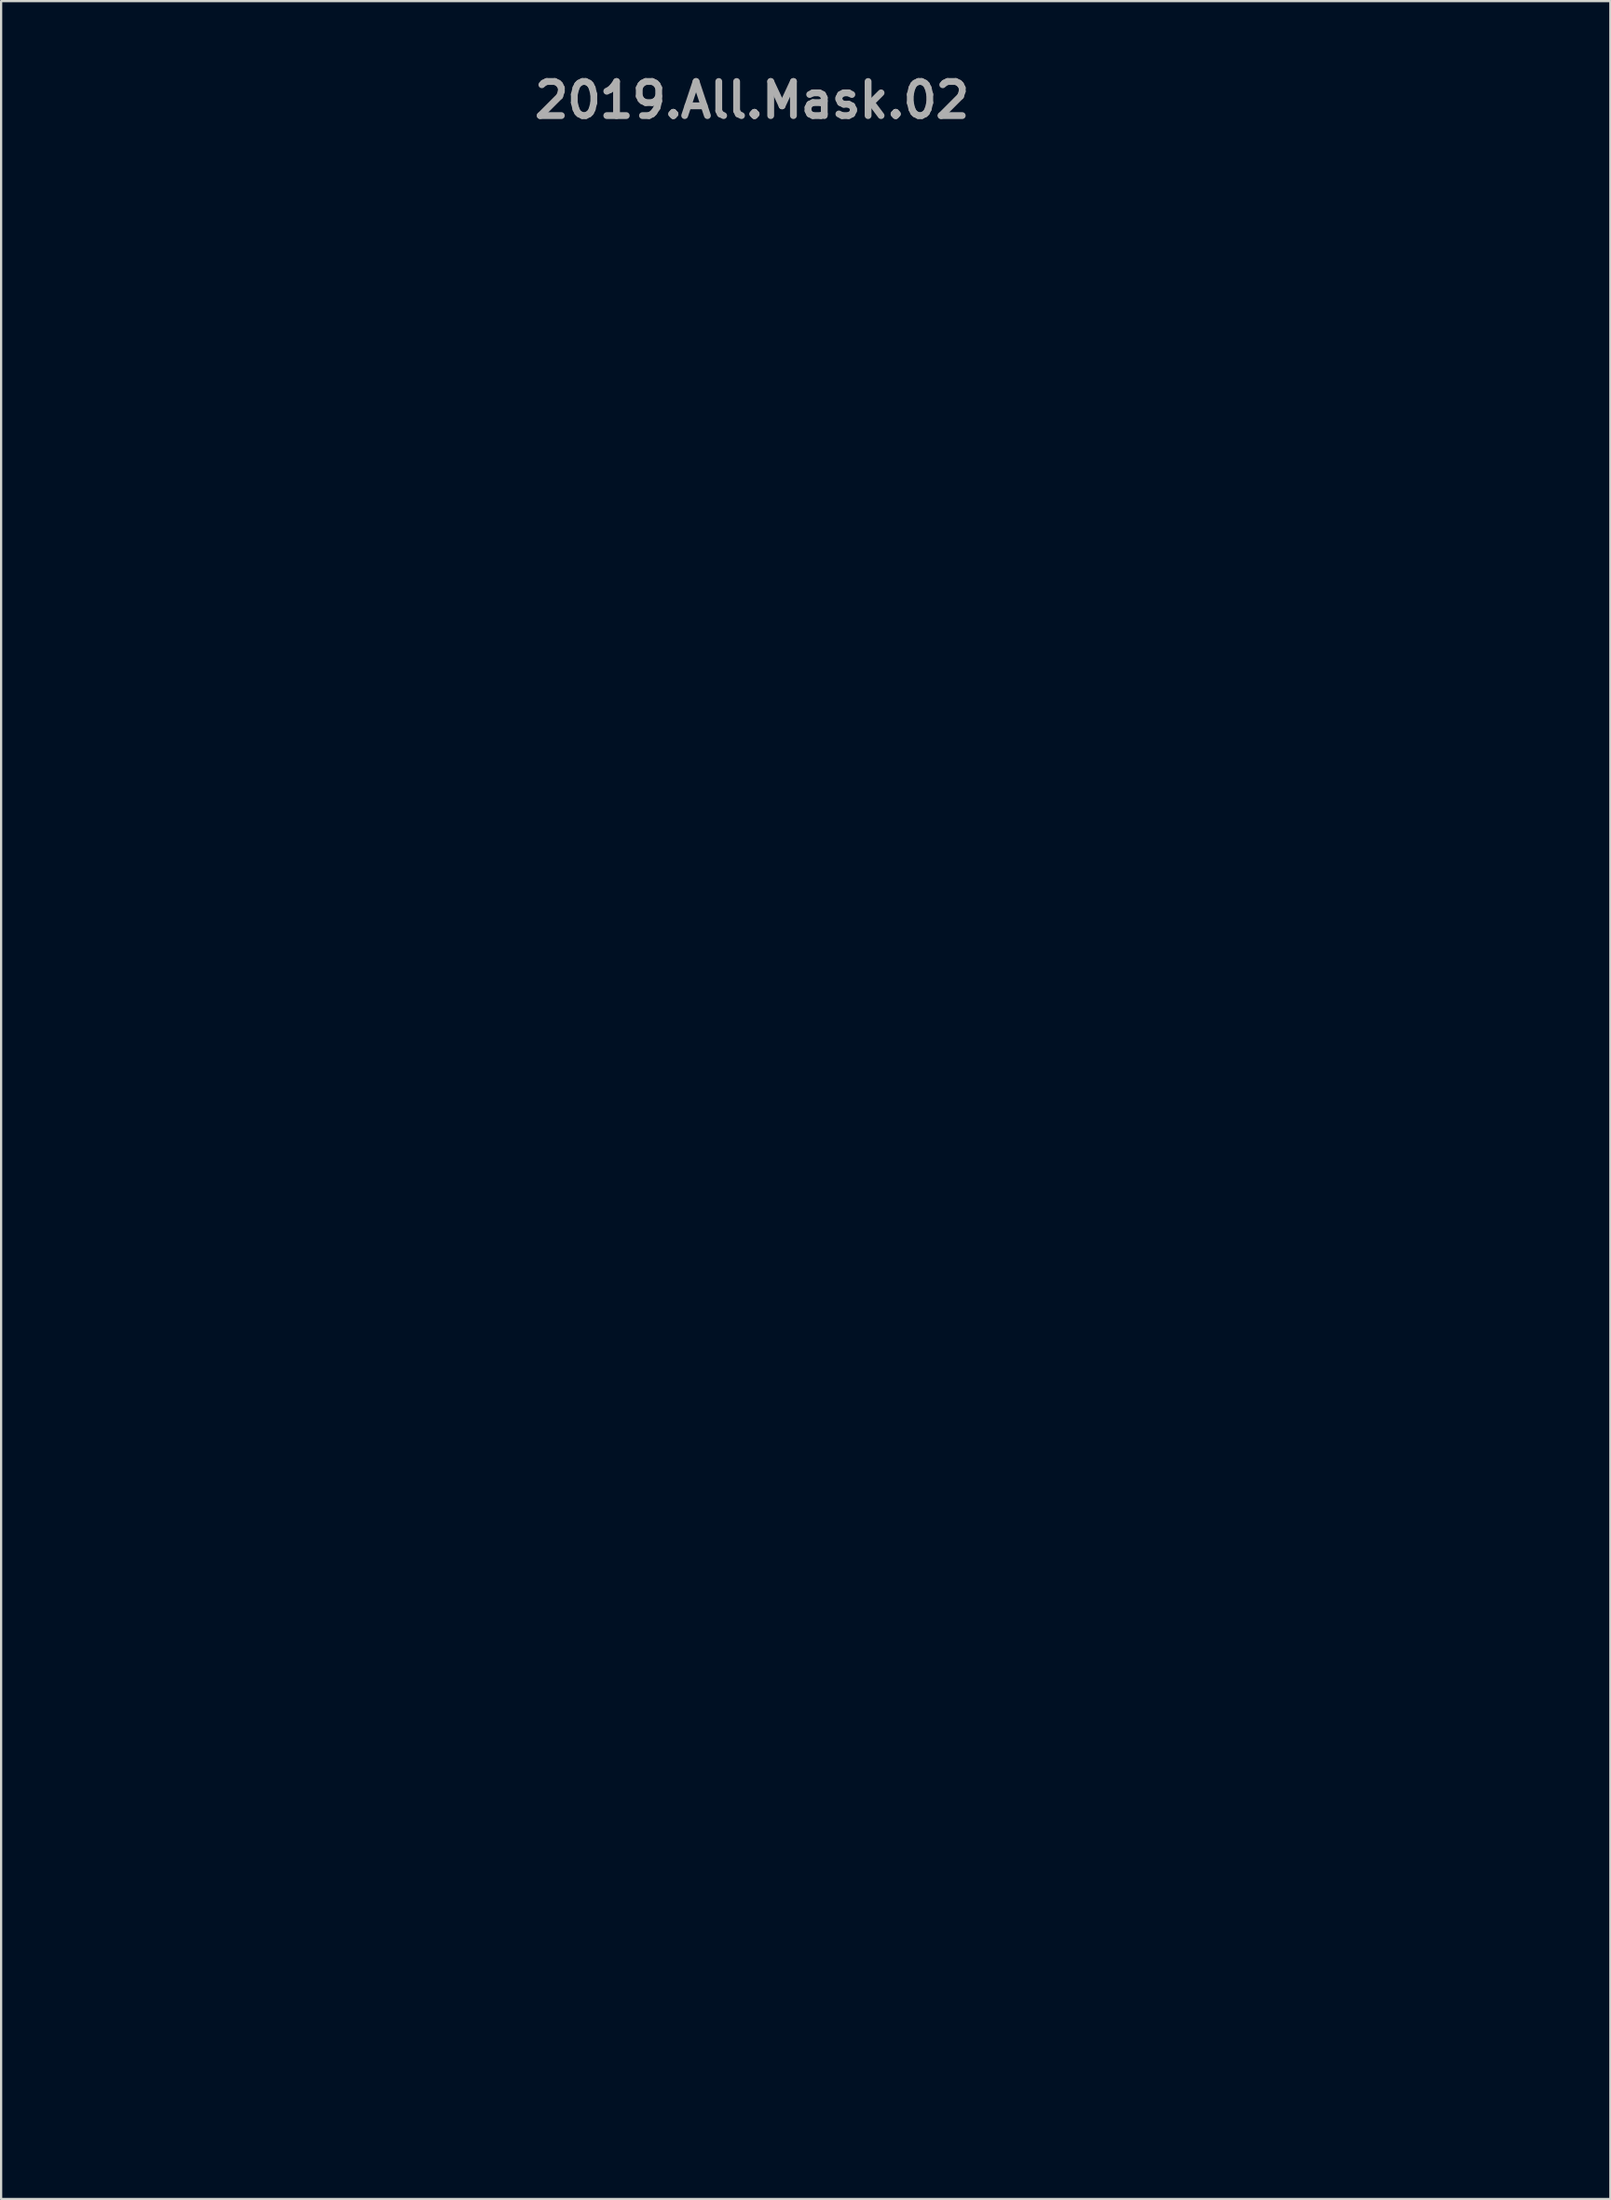
<source format=kicad_pcb>
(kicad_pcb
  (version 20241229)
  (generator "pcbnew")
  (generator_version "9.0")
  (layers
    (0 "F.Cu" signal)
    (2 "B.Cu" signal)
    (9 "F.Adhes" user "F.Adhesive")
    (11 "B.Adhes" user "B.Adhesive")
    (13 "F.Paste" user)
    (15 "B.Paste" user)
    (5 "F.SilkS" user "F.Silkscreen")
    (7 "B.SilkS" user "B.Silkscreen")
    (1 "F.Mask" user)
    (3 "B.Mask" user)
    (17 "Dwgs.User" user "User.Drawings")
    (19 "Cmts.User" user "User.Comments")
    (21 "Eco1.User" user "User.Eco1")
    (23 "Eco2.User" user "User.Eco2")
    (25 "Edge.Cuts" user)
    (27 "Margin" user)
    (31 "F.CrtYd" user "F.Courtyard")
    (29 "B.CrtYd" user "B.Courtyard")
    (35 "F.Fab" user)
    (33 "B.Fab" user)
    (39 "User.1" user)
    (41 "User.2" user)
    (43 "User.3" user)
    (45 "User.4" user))
  (footprint "2019.All.Mask.02"
    (layer "F.Cu")
    (at 30.577 48.353)
    (property "Reference" "2019.All.Mask.02" (at 0 -46.926 0) (layer "F.Fab") (effects (font (size 1.524 1.524) (thickness 0.305))))
    (attr smd)
    (fp_poly (pts (xy -18.902 -39.143) (xy -18.903 -39.69) (xy -18.907 -40.116) (xy -18.917 -40.437) (xy -18.933 -40.673) (xy -18.957 -40.841) (xy -18.993 -40.958) (xy -19.04 -41.043) (xy -19.102 -41.113) (xy -19.174 -41.176) (xy -19.264 -41.224) (xy -19.397 -41.259) (xy -19.593 -41.283) (xy -19.876 -41.299) (xy -20.269 -41.308) (xy -20.794 -41.312) (xy -21.474 -41.313) (xy -22.088 -41.312) (xy -22.584 -41.307) (xy -22.977 -41.298) (xy -23.279 -41.284) (xy -23.506 -41.263) (xy -23.671 -41.236) (xy -23.787 -41.201) (xy -23.869 -41.158) (xy -23.94 -41.102) (xy -23.994 -41.034) (xy -24.034 -40.933) (xy -24.061 -40.777) (xy -24.077 -40.545) (xy -24.086 -40.217) (xy -24.09 -39.772) (xy -24.091 -39.187) (xy -24.091 -38.96) (xy -24.091 -38.733) (xy -24.091 -38.506) (xy -24.091 -38.279) (xy -24.091 -38.052) (xy -24.091 -37.825) (xy -24.091 -37.598) (xy -24.091 -37.372) (xy -23.766 -37.372) (xy -23.442 -37.372) (xy -23.118 -37.372) (xy -22.793 -37.372) (xy -22.469 -37.372) (xy -22.145 -37.372) (xy -21.82 -37.372) (xy -21.496 -37.372) (xy -21.172 -37.372) (xy -20.848 -37.372) (xy -20.523 -37.372) (xy -20.199 -37.372) (xy -19.875 -37.372) (xy -19.55 -37.372) (xy -19.226 -37.372) (xy -18.902 -37.372) (xy -18.902 -37.593) (xy -18.902 -37.814) (xy -18.902 -38.036) (xy -18.902 -38.257) (xy -18.902 -38.479) (xy -18.902 -38.7) (xy -18.902 -38.921) (xy -18.902 -39.143)) (stroke (width 0) (type solid)) (fill yes) (layer "F.Mask"))
    (fp_poly (pts (xy 19.91 -35.331) (xy 19.882 -35.392) (xy 19.866 -35.448) (xy 19.864 -35.504) (xy 19.877 -35.561) (xy 19.906 -35.624) (xy 19.953 -35.696) (xy 20.018 -35.779) (xy 20.102 -35.878) (xy 20.394 -36.318) (xy 20.485 -36.548) (xy 20.539 -36.78) (xy 20.56 -37.011) (xy 20.548 -37.239) (xy 20.505 -37.459) (xy 20.431 -37.669) (xy 20.329 -37.867) (xy 20.199 -38.048) (xy 20.043 -38.209) (xy 19.863 -38.348) (xy 19.659 -38.462) (xy 19.433 -38.547) (xy 19.186 -38.6) (xy 18.92 -38.619) (xy 18.671 -38.6) (xy 18.438 -38.547) (xy 18.224 -38.463) (xy 18.029 -38.35) (xy 17.855 -38.213) (xy 17.704 -38.054) (xy 17.576 -37.876) (xy 17.473 -37.683) (xy 17.397 -37.477) (xy 17.349 -37.263) (xy 17.331 -37.043) (xy 17.344 -36.821) (xy 17.389 -36.6) (xy 17.468 -36.382) (xy 17.582 -36.172) (xy 17.733 -35.972) (xy 17.816 -35.875) (xy 17.881 -35.789) (xy 17.93 -35.711) (xy 17.963 -35.64) (xy 17.983 -35.571) (xy 17.99 -35.502) (xy 17.986 -35.431) (xy 17.97 -35.353) (xy 17.949 -35.267) (xy 17.936 -35.204) (xy 17.932 -35.163) (xy 17.938 -35.143) (xy 17.956 -35.144) (xy 17.987 -35.163) (xy 18.032 -35.2) (xy 18.092 -35.254) (xy 18.235 -35.331) (xy 18.451 -35.388) (xy 18.715 -35.423) (xy 18.998 -35.438) (xy 19.273 -35.431) (xy 19.513 -35.402) (xy 19.69 -35.35) (xy 19.777 -35.276) (xy 19.79 -35.246) (xy 19.806 -35.218) (xy 19.825 -35.193) (xy 19.845 -35.17) (xy 19.865 -35.152) (xy 19.886 -35.138) (xy 19.907 -35.13) (xy 19.927 -35.127) (xy 19.944 -35.131) (xy 19.955 -35.142) (xy 19.96 -35.161) (xy 19.961 -35.186) (xy 19.956 -35.216) (xy 19.946 -35.251) (xy 19.93 -35.289) (xy 19.91 -35.331) (xy 19.91 -35.331)) (stroke (width 0) (type solid)) (fill yes) (layer "F.Mask"))
    (fp_poly (pts (xy 8.238 6.432) (xy 8.238 6.304) (xy 8.238 6.176) (xy 8.238 6.049) (xy 8.238 5.921) (xy 8.238 5.793) (xy 8.238 5.665) (xy 8.238 5.537) (xy 8.238 5.409) (xy 8.238 5.282) (xy 8.238 5.154) (xy 8.238 5.026) (xy 8.238 4.898) (xy 8.238 4.77) (xy 8.238 4.642) (xy 8.238 4.514) (xy 8.238 4.387) (xy 7.708 4.387) (xy 7.178 4.387) (xy 6.648 4.387) (xy 6.118 4.387) (xy 5.588 4.387) (xy 5.058 4.387) (xy 4.528 4.387) (xy 3.998 4.387) (xy 3.468 4.387) (xy 2.938 4.387) (xy 2.407 4.387) (xy 1.877 4.387) (xy 1.347 4.387) (xy 0.817 4.387) (xy 0.287 4.387) (xy -0.243 4.387) (xy -0.773 4.387) (xy -1.303 4.387) (xy -1.833 4.387) (xy -2.363 4.387) (xy -2.893 4.387) (xy -3.423 4.387) (xy -3.954 4.387) (xy -4.484 4.387) (xy -5.014 4.387) (xy -5.544 4.387) (xy -6.074 4.387) (xy -6.604 4.387) (xy -7.134 4.387) (xy -7.664 4.387) (xy -8.194 4.387) (xy -8.724 4.387) (xy -8.724 4.514) (xy -8.724 4.642) (xy -8.724 4.77) (xy -8.724 4.898) (xy -8.724 5.026) (xy -8.724 5.154) (xy -8.724 5.282) (xy -8.724 5.409) (xy -8.724 5.537) (xy -8.724 5.665) (xy -8.724 5.793) (xy -8.724 5.921) (xy -8.724 6.049) (xy -8.724 6.176) (xy -8.724 6.304) (xy -8.724 6.432) (xy -8.724 6.56) (xy -8.724 6.688) (xy -8.724 6.816) (xy -8.724 6.944) (xy -8.724 7.071) (xy -8.724 7.199) (xy -8.724 7.327) (xy -8.724 7.455) (xy -8.724 7.583) (xy -8.724 7.711) (xy -8.724 7.838) (xy -8.724 7.966) (xy -8.724 8.094) (xy -8.724 8.222) (xy -8.724 8.35) (xy -8.724 8.478) (xy -8.194 8.478) (xy -7.664 8.478) (xy -7.134 8.478) (xy -6.604 8.478) (xy -6.074 8.478) (xy -5.544 8.478) (xy -5.014 8.478) (xy -4.484 8.478) (xy -3.954 8.478) (xy -3.423 8.478) (xy -2.893 8.478) (xy -2.363 8.478) (xy -1.833 8.478) (xy -1.303 8.478) (xy -0.773 8.478) (xy -0.243 8.478) (xy 0.287 8.478) (xy 0.817 8.478) (xy 1.347 8.478) (xy 1.877 8.478) (xy 2.407 8.478) (xy 2.938 8.478) (xy 3.468 8.478) (xy 3.998 8.478) (xy 4.528 8.478) (xy 5.058 8.478) (xy 5.588 8.478) (xy 6.118 8.478) (xy 6.648 8.478) (xy 7.178 8.478) (xy 7.708 8.478) (xy 8.238 8.478) (xy 8.238 8.35) (xy 8.238 8.222) (xy 8.238 8.094) (xy 8.238 7.966) (xy 8.238 7.838) (xy 8.238 7.711) (xy 8.238 7.583) (xy 8.238 7.455) (xy 8.238 7.327) (xy 8.238 7.199) (xy 8.238 7.071) (xy 8.238 6.944) (xy 8.238 6.816) (xy 8.238 6.688) (xy 8.238 6.56) (xy 8.238 6.432)) (stroke (width 0) (type solid)) (fill yes) (layer "F.Mask"))
    (fp_poly (pts (xy 26.299 39.706) (xy 26.314 39.489) (xy 26.369 39.311) (xy 26.479 39.139) (xy 26.56 39.046) (xy 26.583 39.021) (xy 26.608 38.995) (xy 26.634 38.969) (xy 26.661 38.941) (xy 26.709 38.892) (xy 26.755 38.843) (xy 26.8 38.792) (xy 26.843 38.742) (xy 26.884 38.69) (xy 26.924 38.638) (xy 26.962 38.585) (xy 26.999 38.532) (xy 27.035 38.478) (xy 27.068 38.423) (xy 27.1 38.368) (xy 27.131 38.311) (xy 27.16 38.254) (xy 27.187 38.197) (xy 27.213 38.138) (xy 27.238 38.079) (xy 27.261 38.019) (xy 27.282 37.958) (xy 27.302 37.897) (xy 27.32 37.834) (xy 27.337 37.771) (xy 27.353 37.707) (xy 27.366 37.642) (xy 27.379 37.576) (xy 27.39 37.509) (xy 27.399 37.442) (xy 27.407 37.373) (xy 27.413 37.304) (xy 27.418 37.234) (xy 27.422 37.163) (xy 27.424 37.09) (xy 27.424 37.017) (xy 27.424 36.94) (xy 27.421 36.865) (xy 27.417 36.79) (xy 27.411 36.717) (xy 27.404 36.645) (xy 27.394 36.574) (xy 27.384 36.505) (xy 27.371 36.436) (xy 27.357 36.368) (xy 27.341 36.301) (xy 27.323 36.235) (xy 27.303 36.17) (xy 27.282 36.106) (xy 27.258 36.042) (xy 27.233 35.979) (xy 27.206 35.917) (xy 27.177 35.856) (xy 27.146 35.795) (xy 27.114 35.735) (xy 27.079 35.675) (xy 27.042 35.616) (xy 27.003 35.557) (xy 26.963 35.498) (xy 26.92 35.44) (xy 26.875 35.383) (xy 26.828 35.325) (xy 26.779 35.268) (xy 26.728 35.211) (xy 26.675 35.154) (xy 26.62 35.097) (xy 26.562 35.04) (xy 26.502 34.983) (xy 26.403 34.894) (xy 26.301 34.81) (xy 26.196 34.733) (xy 26.089 34.66) (xy 25.98 34.594) (xy 25.87 34.533) (xy 25.757 34.478) (xy 25.643 34.428) (xy 25.528 34.384) (xy 25.411 34.346) (xy 25.293 34.313) (xy 25.174 34.287) (xy 25.055 34.265) (xy 24.935 34.25) (xy 24.814 34.24) (xy 24.693 34.235) (xy 24.572 34.237) (xy 24.452 34.244) (xy 24.331 34.257) (xy 24.211 34.275) (xy 24.091 34.299) (xy 23.972 34.329) (xy 23.854 34.365) (xy 23.737 34.406) (xy 23.621 34.453) (xy 23.506 34.505) (xy 23.393 34.563) (xy 23.282 34.627) (xy 23.172 34.697) (xy 23.065 34.772) (xy 22.959 34.853) (xy 22.856 34.94) (xy 22.745 35.044) (xy 22.64 35.152) (xy 22.542 35.264) (xy 22.451 35.38) (xy 22.367 35.5) (xy 22.29 35.623) (xy 22.22 35.749) (xy 22.157 35.877) (xy 22.1 36.008) (xy 22.051 36.141) (xy 22.009 36.276) (xy 21.973 36.413) (xy 21.945 36.55) (xy 21.923 36.689) (xy 21.909 36.828) (xy 21.901 36.968) (xy 21.901 37.108) (xy 21.907 37.247) (xy 21.921 37.386) (xy 21.942 37.524) (xy 21.969 37.661) (xy 22.004 37.797) (xy 22.046 37.93) (xy 22.095 38.062) (xy 22.151 38.192) (xy 22.214 38.319) (xy 22.284 38.443) (xy 22.361 38.564) (xy 22.446 38.681) (xy 22.537 38.795) (xy 22.636 38.905) (xy 22.742 39.01) (xy 22.842 39.108) (xy 22.922 39.197) (xy 23.034 39.36) (xy 23.09 39.529) (xy 23.106 39.731) (xy 23.106 39.825) (xy 23.106 39.919) (xy 23.106 40.014) (xy 23.106 40.108) (xy 23.23 40.108) (xy 23.355 40.108) (xy 23.48 40.108) (xy 23.604 40.108) (xy 23.879 40.102) (xy 24.029 40.071) (xy 24.091 39.996) (xy 24.103 39.859) (xy 24.116 39.72) (xy 24.183 39.645) (xy 24.348 39.615) (xy 24.652 39.609) (xy 24.957 39.615) (xy 25.121 39.645) (xy 25.188 39.72) (xy 25.201 39.859) (xy 25.214 39.997) (xy 25.281 40.072) (xy 25.445 40.102) (xy 25.75 40.108) (xy 25.887 40.108) (xy 26.024 40.108) (xy 26.161 40.108) (xy 26.299 40.108) (xy 26.299 40.007) (xy 26.299 39.907) (xy 26.299 39.806) (xy 26.299 39.706)) (stroke (width 0) (type solid)) (fill yes) (layer "F.Mask"))
    (fp_poly (pts (xy 34.83 -10.45) (xy 34.925 -10.475) (xy 35.008 -10.503) (xy 35.08 -10.535) (xy 35.142 -10.575) (xy 35.195 -10.628) (xy 35.239 -10.696) (xy 35.276 -10.783) (xy 35.306 -10.892) (xy 35.329 -11.028) (xy 35.347 -11.192) (xy 35.36 -11.39) (xy 35.368 -11.623) (xy 35.374 -11.897) (xy 35.377 -12.214) (xy 35.379 -12.577) (xy 35.379 -12.991) (xy 35.379 -13.263) (xy 35.379 -13.536) (xy 35.379 -13.808) (xy 35.379 -14.081) (xy 35.379 -14.353) (xy 35.379 -14.625) (xy 35.379 -14.898) (xy 35.379 -15.17) (xy 35.329 -15.17) (xy 35.279 -15.17) (xy 35.229 -15.17) (xy 35.179 -15.17) (xy 35.129 -15.17) (xy 35.08 -15.17) (xy 35.03 -15.17) (xy 34.98 -15.17) (xy 34.93 -15.17) (xy 34.88 -15.17) (xy 34.83 -15.17) (xy 34.78 -15.17) (xy 34.73 -15.17) (xy 34.68 -15.17) (xy 34.631 -15.17) (xy 34.581 -15.17) (xy 34.581 -15.276) (xy 34.581 -15.382) (xy 34.581 -15.488) (xy 34.581 -15.594) (xy 34.581 -15.7) (xy 34.581 -15.806) (xy 34.581 -15.912) (xy 34.581 -16.019) (xy 34.581 -16.125) (xy 34.581 -16.231) (xy 34.581 -16.337) (xy 34.581 -16.443) (xy 34.581 -16.549) (xy 34.581 -16.655) (xy 34.581 -16.761) (xy 34.581 -16.867) (xy 34.631 -16.867) (xy 34.68 -16.867) (xy 34.73 -16.867) (xy 34.78 -16.867) (xy 34.83 -16.867) (xy 34.88 -16.867) (xy 34.93 -16.867) (xy 34.98 -16.867) (xy 35.099 -16.868) (xy 35.192 -16.874) (xy 35.262 -16.886) (xy 35.313 -16.907) (xy 35.346 -16.937) (xy 35.367 -16.98) (xy 35.376 -17.036) (xy 35.379 -17.109) (xy 35.374 -17.164) (xy 35.36 -17.222) (xy 35.337 -17.282) (xy 35.306 -17.341) (xy 35.267 -17.4) (xy 35.222 -17.456) (xy 35.172 -17.509) (xy 35.116 -17.558) (xy 35.022 -17.624) (xy 34.906 -17.674) (xy 34.737 -17.711) (xy 34.481 -17.736) (xy 34.106 -17.752) (xy 33.579 -17.76) (xy 32.866 -17.764) (xy 31.936 -17.765) (xy 31.006 -17.764) (xy 30.294 -17.76) (xy 29.767 -17.752) (xy 29.391 -17.736) (xy 29.136 -17.711) (xy 28.966 -17.674) (xy 28.851 -17.624) (xy 28.757 -17.558) (xy 28.701 -17.509) (xy 28.65 -17.456) (xy 28.606 -17.4) (xy 28.567 -17.341) (xy 28.536 -17.282) (xy 28.513 -17.222) (xy 28.499 -17.164) (xy 28.494 -17.109) (xy 28.497 -17.036) (xy 28.506 -16.98) (xy 28.526 -16.937) (xy 28.56 -16.907) (xy 28.61 -16.886) (xy 28.681 -16.874) (xy 28.774 -16.868) (xy 28.893 -16.867) (xy 28.943 -16.867) (xy 28.993 -16.867) (xy 29.043 -16.867) (xy 29.093 -16.867) (xy 29.143 -16.867) (xy 29.192 -16.867) (xy 29.242 -16.867) (xy 29.292 -16.867) (xy 29.292 -16.761) (xy 29.292 -16.655) (xy 29.292 -16.549) (xy 29.292 -16.443) (xy 29.292 -16.337) (xy 29.292 -16.231) (xy 29.292 -16.125) (xy 29.292 -16.019) (xy 29.292 -15.912) (xy 29.292 -15.806) (xy 29.292 -15.7) (xy 29.292 -15.594) (xy 29.292 -15.488) (xy 29.292 -15.382) (xy 29.292 -15.276) (xy 29.292 -15.17) (xy 29.242 -15.17) (xy 29.192 -15.17) (xy 29.143 -15.17) (xy 29.093 -15.17) (xy 29.043 -15.17) (xy 28.993 -15.17) (xy 28.943 -15.17) (xy 28.893 -15.17) (xy 28.843 -15.17) (xy 28.793 -15.17) (xy 28.743 -15.17) (xy 28.694 -15.17) (xy 28.644 -15.17) (xy 28.594 -15.17) (xy 28.544 -15.17) (xy 28.494 -15.17) (xy 28.494 -14.898) (xy 28.494 -14.625) (xy 28.494 -14.353) (xy 28.494 -14.081) (xy 28.494 -13.808) (xy 28.494 -13.536) (xy 28.494 -13.263) (xy 28.494 -12.991) (xy 28.494 -12.622) (xy 28.495 -12.297) (xy 28.496 -12.012) (xy 28.498 -11.765) (xy 28.502 -11.552) (xy 28.507 -11.371) (xy 28.514 -11.218) (xy 28.523 -11.091) (xy 28.535 -10.986) (xy 28.549 -10.9) (xy 28.566 -10.831) (xy 28.586 -10.774) (xy 28.61 -10.728) (xy 28.637 -10.689) (xy 28.668 -10.655) (xy 28.704 -10.621) (xy 28.741 -10.59) (xy 28.783 -10.562) (xy 28.832 -10.537) (xy 28.892 -10.516) (xy 28.966 -10.498) (xy 29.059 -10.482) (xy 29.174 -10.468) (xy 29.314 -10.457) (xy 29.483 -10.448) (xy 29.685 -10.44) (xy 29.922 -10.434) (xy 30.199 -10.428) (xy 30.519 -10.424) (xy 30.885 -10.421) (xy 31.302 -10.418) (xy 31.772 -10.415) (xy 32.064 -10.413) (xy 32.35 -10.412) (xy 32.629 -10.412) (xy 32.898 -10.412) (xy 33.156 -10.413) (xy 33.401 -10.414) (xy 33.633 -10.416) (xy 33.849 -10.418) (xy 34.048 -10.421) (xy 34.229 -10.424) (xy 34.389 -10.427) (xy 34.527 -10.431) (xy 34.642 -10.435) (xy 34.732 -10.44) (xy 34.795 -10.445) (xy 34.83 -10.45) (xy 34.83 -10.45)) (stroke (width 0) (type solid)) (fill yes) (layer "F.Mask"))
    (fp_poly (pts (xy -24.993 27.904) (xy -24.96 27.867) (xy -24.929 27.83) (xy -24.899 27.791) (xy -24.87 27.751) (xy -24.843 27.71) (xy -24.818 27.668) (xy -24.795 27.625) (xy -24.774 27.582) (xy -24.755 27.537) (xy -24.738 27.491) (xy -24.724 27.444) (xy -24.712 27.397) (xy -24.702 27.348) (xy -24.695 27.299) (xy -24.691 27.249) (xy -24.689 27.198) (xy -24.694 27.113) (xy -24.709 27.027) (xy -24.732 26.941) (xy -24.763 26.856) (xy -24.801 26.772) (xy -24.847 26.691) (xy -24.898 26.614) (xy -24.954 26.541) (xy -25.015 26.472) (xy -25.08 26.41) (xy -25.149 26.354) (xy -25.22 26.306) (xy -25.292 26.266) (xy -25.366 26.235) (xy -25.441 26.214) (xy -25.515 26.204) (xy -25.549 26.203) (xy -25.581 26.2) (xy -25.612 26.197) (xy -25.641 26.194) (xy -25.668 26.19) (xy -25.693 26.185) (xy -25.717 26.179) (xy -25.738 26.172) (xy -25.757 26.164) (xy -25.774 26.155) (xy -25.788 26.144) (xy -25.8 26.131) (xy -25.81 26.116) (xy -25.816 26.1) (xy -25.821 26.081) (xy -25.822 26.06) (xy -25.823 26.04) (xy -25.826 26.017) (xy -25.832 25.99) (xy -25.839 25.96) (xy -25.849 25.928) (xy -25.86 25.894) (xy -25.874 25.858) (xy -25.889 25.821) (xy -25.906 25.783) (xy -25.925 25.744) (xy -25.946 25.705) (xy -25.969 25.666) (xy -25.993 25.627) (xy -26.019 25.59) (xy -26.046 25.554) (xy -26.075 25.52) (xy -26.119 25.472) (xy -26.16 25.43) (xy -26.2 25.391) (xy -26.238 25.357) (xy -26.276 25.326) (xy -26.314 25.3) (xy -26.353 25.277) (xy -26.392 25.257) (xy -26.433 25.24) (xy -26.475 25.226) (xy -26.52 25.214) (xy -26.568 25.205) (xy -26.62 25.198) (xy -26.675 25.193) (xy -26.734 25.189) (xy -26.799 25.187) (xy -26.822 25.187) (xy -26.846 25.188) (xy -26.87 25.19) (xy -26.896 25.193) (xy -26.922 25.196) (xy -26.948 25.2) (xy -26.975 25.203) (xy -27.002 25.207) (xy -27.03 25.21) (xy -27.057 25.212) (xy -27.085 25.214) (xy -27.112 25.215) (xy -27.139 25.215) (xy -27.166 25.213) (xy -27.192 25.21) (xy -27.218 25.205) (xy -27.244 25.198) (xy -27.268 25.189) (xy -27.293 25.179) (xy -27.316 25.167) (xy -27.339 25.155) (xy -27.361 25.141) (xy -27.383 25.127) (xy -27.404 25.112) (xy -27.425 25.097) (xy -27.445 25.083) (xy -27.464 25.068) (xy -27.483 25.055) (xy -27.501 25.041) (xy -27.519 25.029) (xy -27.536 25.018) (xy -27.553 25.009) (xy -27.636 24.97) (xy -27.724 24.936) (xy -27.816 24.908) (xy -27.911 24.885) (xy -28.009 24.868) (xy -28.109 24.856) (xy -28.21 24.849) (xy -28.31 24.848) (xy -28.41 24.852) (xy -28.508 24.862) (xy -28.604 24.877) (xy -28.696 24.897) (xy -28.785 24.922) (xy -28.868 24.953) (xy -28.945 24.99) (xy -29.016 25.031) (xy -29.078 25.075) (xy -29.139 25.124) (xy -29.2 25.177) (xy -29.259 25.234) (xy -29.316 25.294) (xy -29.371 25.356) (xy -29.422 25.421) (xy -29.471 25.486) (xy -29.515 25.551) (xy -29.555 25.617) (xy -29.591 25.681) (xy -29.62 25.743) (xy -29.645 25.804) (xy -29.663 25.861) (xy -29.674 25.915) (xy -29.678 25.964) (xy -29.679 25.982) (xy -29.682 26.001) (xy -29.686 26.019) (xy -29.692 26.038) (xy -29.699 26.056) (xy -29.708 26.073) (xy -29.717 26.09) (xy -29.727 26.106) (xy -29.738 26.121) (xy -29.749 26.134) (xy -29.76 26.146) (xy -29.772 26.157) (xy -29.783 26.165) (xy -29.794 26.171) (xy -29.805 26.175) (xy -29.815 26.176) (xy -29.825 26.178) (xy -29.839 26.182) (xy -29.854 26.188) (xy -29.872 26.197) (xy -29.892 26.208) (xy -29.914 26.222) (xy -29.937 26.238) (xy -29.963 26.256) (xy -29.99 26.277) (xy -30.019 26.299) (xy -30.049 26.324) (xy -30.081 26.35) (xy -30.114 26.379) (xy -30.148 26.409) (xy -30.184 26.441) (xy -30.22 26.475) (xy -30.305 26.561) (xy -30.377 26.644) (xy -30.436 26.725) (xy -30.484 26.805) (xy -30.521 26.883) (xy -30.548 26.959) (xy -30.565 27.034) (xy -30.575 27.107) (xy -30.577 27.18) (xy -30.573 27.252) (xy -30.563 27.324) (xy -30.549 27.396) (xy -30.531 27.467) (xy -30.509 27.539) (xy -30.486 27.611) (xy -30.462 27.683) (xy -30.443 27.728) (xy -30.42 27.772) (xy -30.391 27.815) (xy -30.358 27.858) (xy -30.322 27.899) (xy -30.283 27.938) (xy -30.242 27.976) (xy -30.2 28.011) (xy -30.156 28.044) (xy -30.113 28.074) (xy -30.071 28.101) (xy -30.029 28.124) (xy -29.99 28.144) (xy -29.954 28.16) (xy -29.921 28.171) (xy -29.892 28.178) (xy -29.749 28.199) (xy -29.59 28.215) (xy -29.418 28.228) (xy -29.237 28.238) (xy -29.051 28.245) (xy -28.863 28.249) (xy -28.676 28.251) (xy -28.494 28.251) (xy -28.321 28.25) (xy -28.159 28.248) (xy -28.013 28.246) (xy -27.885 28.242) (xy -27.78 28.239) (xy -27.701 28.237) (xy -27.65 28.235) (xy -27.633 28.235) (xy -27.501 28.235) (xy -27.369 28.235) (xy -27.237 28.235) (xy -27.105 28.236) (xy -26.973 28.236) (xy -26.841 28.236) (xy -26.709 28.237) (xy -26.577 28.237) (xy -26.446 28.237) (xy -26.314 28.237) (xy -26.182 28.238) (xy -26.05 28.238) (xy -25.918 28.238) (xy -25.786 28.239) (xy -25.654 28.239) (xy -25.522 28.239) (xy -25.491 28.225) (xy -25.459 28.211) (xy -25.427 28.196) (xy -25.395 28.182) (xy -25.362 28.166) (xy -25.329 28.15) (xy -25.296 28.133) (xy -25.263 28.115) (xy -25.229 28.096) (xy -25.196 28.075) (xy -25.162 28.052) (xy -25.128 28.027) (xy -25.094 28) (xy -25.06 27.971) (xy -25.027 27.939) (xy -24.993 27.904) (xy -24.993 27.904)) (stroke (width 0) (type solid)) (fill yes) (layer "F.Mask"))
    (fp_poly (pts (xy 0.512 43.62) (xy 0.648 43.52) (xy 0.782 43.42) (xy 0.915 43.319) (xy 1.047 43.218) (xy 1.177 43.115) (xy 1.305 43.013) (xy 1.432 42.91) (xy 1.557 42.806) (xy 1.681 42.702) (xy 1.803 42.598) (xy 1.924 42.493) (xy 2.043 42.387) (xy 2.16 42.282) (xy 2.276 42.176) (xy 2.389 42.07) (xy 2.501 41.963) (xy 2.612 41.856) (xy 2.72 41.749) (xy 2.827 41.642) (xy 2.932 41.535) (xy 3.034 41.427) (xy 3.135 41.319) (xy 3.235 41.212) (xy 3.332 41.104) (xy 3.427 40.996) (xy 3.52 40.888) (xy 3.611 40.78) (xy 3.7 40.672) (xy 3.744 40.618) (xy 3.787 40.564) (xy 3.872 40.456) (xy 3.954 40.348) (xy 4.035 40.24) (xy 4.073 40.189) (xy 4.109 40.139) (xy 4.178 40.044) (xy 4.243 39.953) (xy 4.304 39.865) (xy 4.361 39.781) (xy 4.416 39.698) (xy 4.468 39.617) (xy 4.519 39.536) (xy 4.568 39.455) (xy 4.616 39.373) (xy 4.664 39.288) (xy 4.711 39.201) (xy 4.76 39.111) (xy 4.81 39.016) (xy 4.861 38.915) (xy 4.914 38.809) (xy 4.986 38.66) (xy 5.054 38.513) (xy 5.118 38.367) (xy 5.177 38.223) (xy 5.232 38.081) (xy 5.282 37.94) (xy 5.328 37.801) (xy 5.369 37.664) (xy 5.406 37.528) (xy 5.439 37.394) (xy 5.467 37.262) (xy 5.491 37.131) (xy 5.51 37.002) (xy 5.525 36.875) (xy 5.536 36.749) (xy 5.542 36.625) (xy 5.543 36.502) (xy 5.541 36.381) (xy 5.533 36.261) (xy 5.522 36.143) (xy 5.506 36.026) (xy 5.485 35.911) (xy 5.46 35.798) (xy 5.431 35.686) (xy 5.397 35.575) (xy 5.359 35.466) (xy 5.317 35.358) (xy 5.27 35.252) (xy 5.218 35.147) (xy 5.162 35.044) (xy 5.102 34.942) (xy 5.038 34.841) (xy 4.938 34.701) (xy 4.833 34.569) (xy 4.722 34.445) (xy 4.605 34.328) (xy 4.483 34.219) (xy 4.357 34.118) (xy 4.226 34.024) (xy 4.091 33.939) (xy 3.952 33.861) (xy 3.81 33.791) (xy 3.664 33.729) (xy 3.517 33.676) (xy 3.366 33.63) (xy 3.214 33.592) (xy 3.06 33.562) (xy 2.905 33.541) (xy 2.749 33.528) (xy 2.593 33.523) (xy 2.436 33.526) (xy 2.279 33.537) (xy 2.123 33.557) (xy 1.968 33.585) (xy 1.814 33.622) (xy 1.661 33.667) (xy 1.511 33.721) (xy 1.362 33.783) (xy 1.217 33.854) (xy 1.074 33.933) (xy 0.934 34.022) (xy 0.799 34.118) (xy 0.667 34.224) (xy 0.539 34.338) (xy 0.535 34.343) (xy 0.53 34.347) (xy 0.526 34.351) (xy 0.521 34.355) (xy 0.517 34.36) (xy 0.512 34.364) (xy 0.503 34.373) (xy 0.494 34.381) (xy 0.485 34.39) (xy 0.476 34.399) (xy 0.467 34.407) (xy 0.458 34.416) (xy 0.448 34.425) (xy 0.439 34.433) (xy 0.43 34.442) (xy 0.421 34.45) (xy 0.393 34.475) (xy 0.361 34.498) (xy 0.324 34.519) (xy 0.284 34.537) (xy 0.241 34.552) (xy 0.196 34.564) (xy 0.148 34.573) (xy 0.1 34.577) (xy 0.05 34.577) (xy 0.001 34.573) (xy -0.049 34.563) (xy -0.097 34.548) (xy -0.144 34.527) (xy -0.189 34.5) (xy -0.231 34.467) (xy -0.27 34.426) (xy -0.283 34.415) (xy -0.295 34.404) (xy -0.308 34.393) (xy -0.32 34.382) (xy -0.333 34.37) (xy -0.345 34.359) (xy -0.358 34.348) (xy -0.37 34.337) (xy -0.376 34.331) (xy -0.383 34.326) (xy -0.389 34.32) (xy -0.395 34.314) (xy -0.401 34.309) (xy -0.408 34.303) (xy -0.414 34.298) (xy -0.42 34.292) (xy -0.527 34.201) (xy -0.637 34.115) (xy -0.749 34.035) (xy -0.864 33.961) (xy -0.981 33.892) (xy -1.1 33.83) (xy -1.221 33.773) (xy -1.344 33.722) (xy -1.468 33.676) (xy -1.594 33.637) (xy -1.721 33.603) (xy -1.849 33.575) (xy -1.978 33.553) (xy -2.107 33.536) (xy -2.237 33.525) (xy -2.367 33.521) (xy -2.497 33.521) (xy -2.627 33.528) (xy -2.757 33.541) (xy -2.886 33.559) (xy -3.015 33.583) (xy -3.143 33.613) (xy -3.269 33.648) (xy -3.395 33.69) (xy -3.519 33.737) (xy -3.642 33.79) (xy -3.763 33.849) (xy -3.881 33.914) (xy -3.998 33.985) (xy -4.113 34.061) (xy -4.224 34.143) (xy -4.334 34.231) (xy -4.399 34.288) (xy -4.463 34.348) (xy -4.524 34.409) (xy -4.584 34.473) (xy -4.643 34.539) (xy -4.699 34.607) (xy -4.754 34.677) (xy -4.806 34.748) (xy -4.857 34.822) (xy -4.905 34.896) (xy -4.952 34.973) (xy -4.996 35.05) (xy -5.039 35.129) (xy -5.079 35.21) (xy -5.117 35.291) (xy -5.152 35.373) (xy -5.186 35.456) (xy -5.217 35.54) (xy -5.245 35.625) (xy -5.271 35.71) (xy -5.295 35.795) (xy -5.316 35.881) (xy -5.335 35.968) (xy -5.351 36.054) (xy -5.364 36.141) (xy -5.375 36.228) (xy -5.383 36.314) (xy -5.388 36.401) (xy -5.391 36.487) (xy -5.39 36.572) (xy -5.387 36.657) (xy -5.381 36.742) (xy -5.37 36.842) (xy -5.358 36.942) (xy -5.343 37.043) (xy -5.326 37.144) (xy -5.307 37.246) (xy -5.285 37.348) (xy -5.262 37.45) (xy -5.236 37.553) (xy -5.208 37.656) (xy -5.177 37.76) (xy -5.145 37.863) (xy -5.11 37.967) (xy -5.073 38.072) (xy -5.034 38.176) (xy -4.993 38.281) (xy -4.95 38.386) (xy -4.905 38.492) (xy -4.857 38.597) (xy -4.808 38.703) (xy -4.756 38.809) (xy -4.702 38.915) (xy -4.647 39.022) (xy -4.589 39.128) (xy -4.529 39.235) (xy -4.467 39.341) (xy -4.403 39.448) (xy -4.337 39.555) (xy -4.269 39.662) (xy -4.199 39.769) (xy -4.127 39.876) (xy -4.053 39.984) (xy -3.977 40.091) (xy -3.899 40.198) (xy -3.82 40.305) (xy -3.738 40.412) (xy -3.654 40.52) (xy -3.568 40.627) (xy -3.481 40.734) (xy -3.391 40.841) (xy -3.3 40.948) (xy -3.207 41.055) (xy -3.112 41.161) (xy -3.015 41.268) (xy -2.916 41.374) (xy -2.815 41.481) (xy -2.713 41.587) (xy -2.609 41.693) (xy -2.503 41.799) (xy -2.395 41.904) (xy -2.285 42.009) (xy -2.174 42.114) (xy -2.06 42.219) (xy -1.945 42.324) (xy -1.829 42.428) (xy -1.71 42.532) (xy -1.59 42.636) (xy -1.468 42.739) (xy -1.344 42.842) (xy -1.219 42.945) (xy -1.092 43.047) (xy -0.963 43.149) (xy -0.833 43.251) (xy -0.701 43.352) (xy -0.567 43.453) (xy -0.501 43.502) (xy -0.44 43.549) (xy -0.331 43.632) (xy -0.238 43.702) (xy -0.159 43.76) (xy -0.091 43.806) (xy -0.033 43.84) (xy 0.017 43.863) (xy 0.063 43.876) (xy 0.106 43.877) (xy 0.148 43.869) (xy 0.192 43.85) (xy 0.24 43.822) (xy 0.294 43.784) (xy 0.355 43.738) (xy 0.428 43.683) (xy 0.468 43.653) (xy 0.512 43.62) (xy 0.512 43.62) (xy 0.512 43.62) (xy 0.512 43.62) (xy 0.512 43.62) (xy 0.512 43.62)) (stroke (width 0) (type solid)) (fill yes) (layer "F.Mask")))
  (gr_rect
    (start -3 -3)
    (end 68.956 95.23)
    (stroke (width 0.1) (type default))
    (fill no)
    (layer "Edge.Cuts")))
</source>
